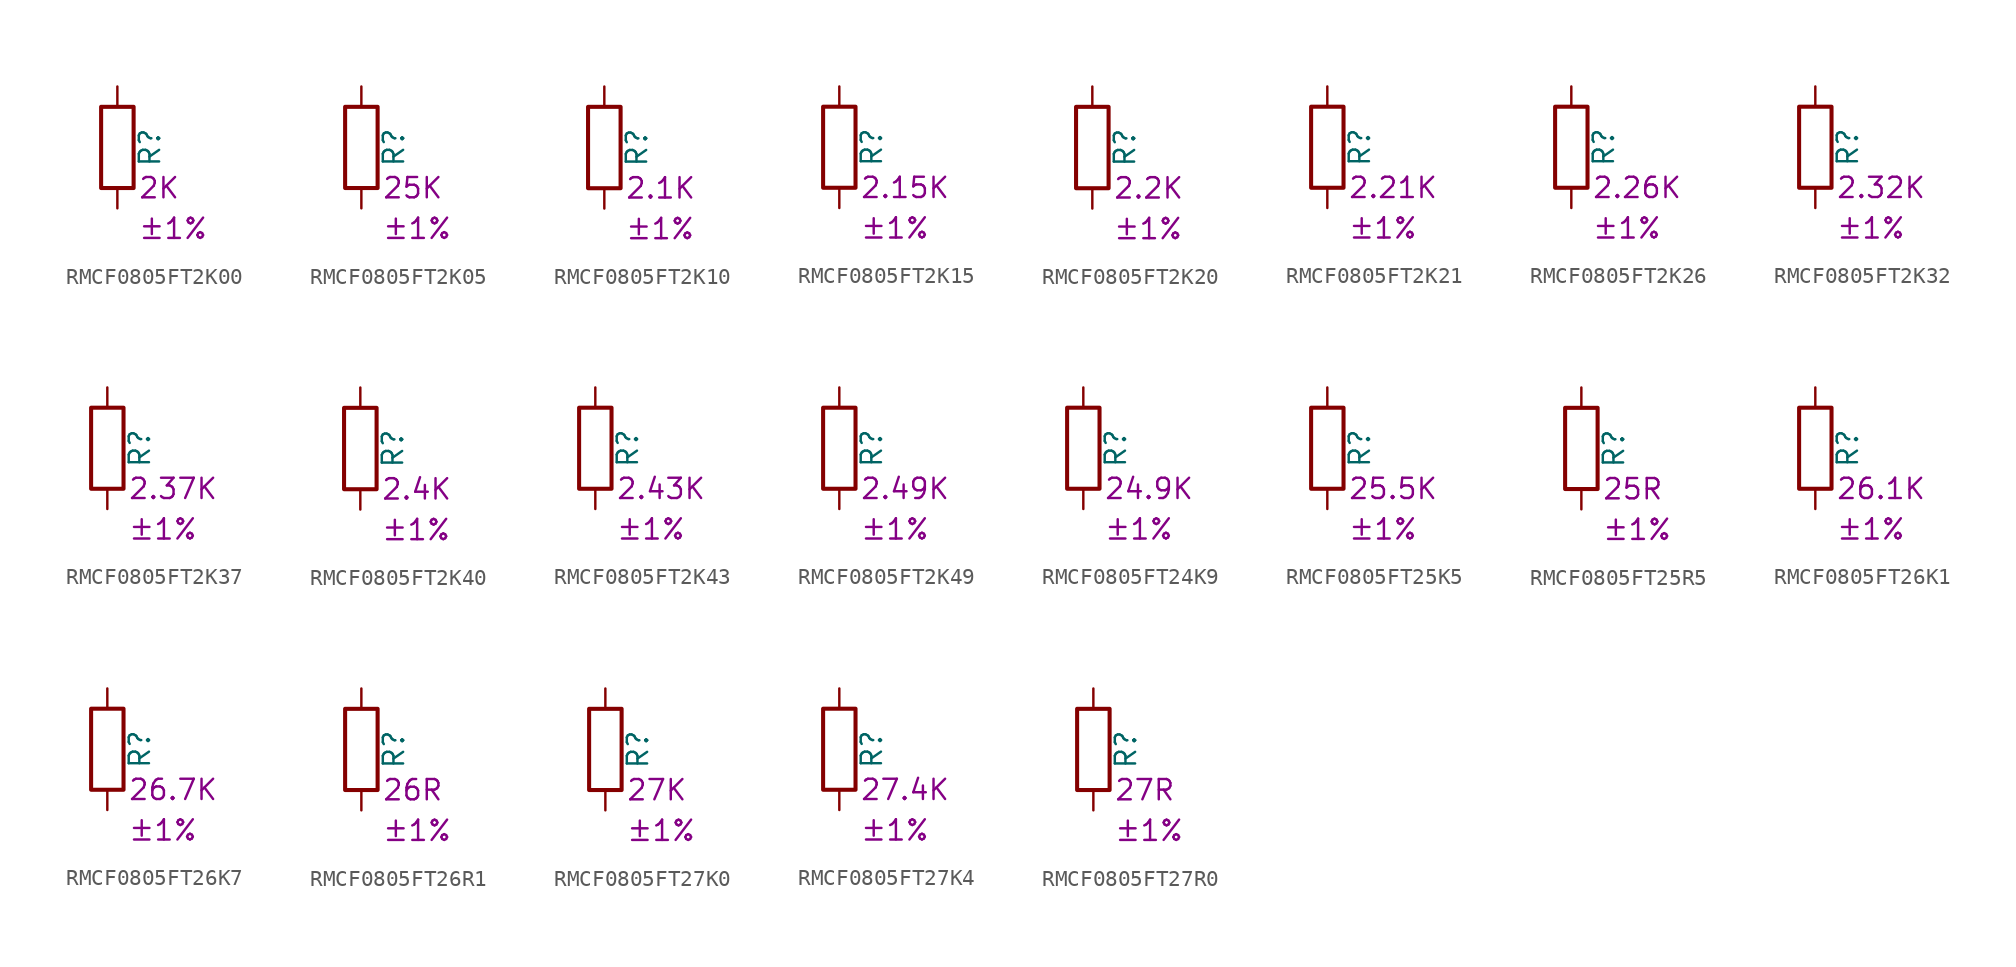
<source format=kicad_sym>
(kicad_symbol_lib
  (version 20220914)
  (generator kicad_symbol_editor)
  (symbol "RMCF0805FT2K00"
    (pin_numbers hide)
    (pin_names
      (offset 0))
    (property "Reference" "R"
      (at 2.032 0 90)
      (effects (font (size 1.27 1.27))))
    (property "Resistance" "2K"
      (at 1.27 -2.54 0)
      (effects (font (size 1.27 1.27)) (justify left)))
    (property "Tolerance" "±1%"
      (at 1.27 -5.08 0)
      (effects (font (size 1.27 1.27)) (justify left)))
    (symbol "RMCF0805FT2K00_0_1"
      (rectangle (start -1.016 -2.54) (end 1.016 2.54) (stroke (width 0.254) (type default)) (fill (type none))))
    (symbol "RMCF0805FT2K00_1_1"
      (pin passive line (at 0 3.81 270) (length 1.27) (name "~" (effects (font (size 1.27 1.27)))) (number "1" (effects (font (size 1.27 1.27)))))
      (pin passive line (at 0 -3.81 90) (length 1.27) (name "~" (effects (font (size 1.27 1.27)))) (number "2" (effects (font (size 1.27 1.27)))))))
  (symbol "RMCF0805FT2K05"
    (pin_numbers hide)
    (pin_names
      (offset 0))
    (property "Reference" "R"
      (at 2.032 0 90)
      (effects (font (size 1.27 1.27))))
    (property "Resistance" "25K"
      (at 1.27 -2.54 0)
      (effects (font (size 1.27 1.27)) (justify left)))
    (property "Tolerance" "±1%"
      (at 1.27 -5.08 0)
      (effects (font (size 1.27 1.27)) (justify left)))
    (symbol "RMCF0805FT2K05_0_1"
      (rectangle (start -1.016 -2.54) (end 1.016 2.54) (stroke (width 0.254) (type default)) (fill (type none))))
    (symbol "RMCF0805FT2K05_1_1"
      (pin passive line (at 0 3.81 270) (length 1.27) (name "~" (effects (font (size 1.27 1.27)))) (number "1" (effects (font (size 1.27 1.27)))))
      (pin passive line (at 0 -3.81 90) (length 1.27) (name "~" (effects (font (size 1.27 1.27)))) (number "2" (effects (font (size 1.27 1.27)))))))
  (symbol "RMCF0805FT2K10"
    (pin_numbers hide)
    (pin_names
      (offset 0))
    (property "Reference" "R"
      (at 2.032 0 90)
      (effects (font (size 1.27 1.27))))
    (property "Resistance" "2.1K"
      (at 1.27 -2.54 0)
      (effects (font (size 1.27 1.27)) (justify left)))
    (property "Tolerance" "±1%"
      (at 1.27 -5.08 0)
      (effects (font (size 1.27 1.27)) (justify left)))
    (symbol "RMCF0805FT2K10_0_1"
      (rectangle (start -1.016 -2.54) (end 1.016 2.54) (stroke (width 0.254) (type default)) (fill (type none))))
    (symbol "RMCF0805FT2K10_1_1"
      (pin passive line (at 0 3.81 270) (length 1.27) (name "~" (effects (font (size 1.27 1.27)))) (number "1" (effects (font (size 1.27 1.27)))))
      (pin passive line (at 0 -3.81 90) (length 1.27) (name "~" (effects (font (size 1.27 1.27)))) (number "2" (effects (font (size 1.27 1.27)))))))
  (symbol "RMCF0805FT2K15"
    (pin_numbers hide)
    (pin_names
      (offset 0))
    (property "Reference" "R"
      (at 2.032 0 90)
      (effects (font (size 1.27 1.27))))
    (property "Resistance" "2.15K"
      (at 1.27 -2.54 0)
      (effects (font (size 1.27 1.27)) (justify left)))
    (property "Tolerance" "±1%"
      (at 1.27 -5.08 0)
      (effects (font (size 1.27 1.27)) (justify left)))
    (symbol "RMCF0805FT2K15_0_1"
      (rectangle (start -1.016 -2.54) (end 1.016 2.54) (stroke (width 0.254) (type default)) (fill (type none))))
    (symbol "RMCF0805FT2K15_1_1"
      (pin passive line (at 0 3.81 270) (length 1.27) (name "~" (effects (font (size 1.27 1.27)))) (number "1" (effects (font (size 1.27 1.27)))))
      (pin passive line (at 0 -3.81 90) (length 1.27) (name "~" (effects (font (size 1.27 1.27)))) (number "2" (effects (font (size 1.27 1.27)))))))
  (symbol "RMCF0805FT2K20"
    (pin_numbers hide)
    (pin_names
      (offset 0))
    (property "Reference" "R"
      (at 2.032 0 90)
      (effects (font (size 1.27 1.27))))
    (property "Resistance" "2.2K"
      (at 1.27 -2.54 0)
      (effects (font (size 1.27 1.27)) (justify left)))
    (property "Tolerance" "±1%"
      (at 1.27 -5.08 0)
      (effects (font (size 1.27 1.27)) (justify left)))
    (symbol "RMCF0805FT2K20_0_1"
      (rectangle (start -1.016 -2.54) (end 1.016 2.54) (stroke (width 0.254) (type default)) (fill (type none))))
    (symbol "RMCF0805FT2K20_1_1"
      (pin passive line (at 0 3.81 270) (length 1.27) (name "~" (effects (font (size 1.27 1.27)))) (number "1" (effects (font (size 1.27 1.27)))))
      (pin passive line (at 0 -3.81 90) (length 1.27) (name "~" (effects (font (size 1.27 1.27)))) (number "2" (effects (font (size 1.27 1.27)))))))
  (symbol "RMCF0805FT2K21"
    (pin_numbers hide)
    (pin_names
      (offset 0))
    (property "Reference" "R"
      (at 2.032 0 90)
      (effects (font (size 1.27 1.27))))
    (property "Resistance" "2.21K"
      (at 1.27 -2.54 0)
      (effects (font (size 1.27 1.27)) (justify left)))
    (property "Tolerance" "±1%"
      (at 1.27 -5.08 0)
      (effects (font (size 1.27 1.27)) (justify left)))
    (symbol "RMCF0805FT2K21_0_1"
      (rectangle (start -1.016 -2.54) (end 1.016 2.54) (stroke (width 0.254) (type default)) (fill (type none))))
    (symbol "RMCF0805FT2K21_1_1"
      (pin passive line (at 0 3.81 270) (length 1.27) (name "~" (effects (font (size 1.27 1.27)))) (number "1" (effects (font (size 1.27 1.27)))))
      (pin passive line (at 0 -3.81 90) (length 1.27) (name "~" (effects (font (size 1.27 1.27)))) (number "2" (effects (font (size 1.27 1.27)))))))
  (symbol "RMCF0805FT2K26"
    (pin_numbers hide)
    (pin_names
      (offset 0))
    (property "Reference" "R"
      (at 2.032 0 90)
      (effects (font (size 1.27 1.27))))
    (property "Resistance" "2.26K"
      (at 1.27 -2.54 0)
      (effects (font (size 1.27 1.27)) (justify left)))
    (property "Tolerance" "±1%"
      (at 1.27 -5.08 0)
      (effects (font (size 1.27 1.27)) (justify left)))
    (symbol "RMCF0805FT2K26_0_1"
      (rectangle (start -1.016 -2.54) (end 1.016 2.54) (stroke (width 0.254) (type default)) (fill (type none))))
    (symbol "RMCF0805FT2K26_1_1"
      (pin passive line (at 0 3.81 270) (length 1.27) (name "~" (effects (font (size 1.27 1.27)))) (number "1" (effects (font (size 1.27 1.27)))))
      (pin passive line (at 0 -3.81 90) (length 1.27) (name "~" (effects (font (size 1.27 1.27)))) (number "2" (effects (font (size 1.27 1.27)))))))
  (symbol "RMCF0805FT2K32"
    (pin_numbers hide)
    (pin_names
      (offset 0))
    (property "Reference" "R"
      (at 2.032 0 90)
      (effects (font (size 1.27 1.27))))
    (property "Resistance" "2.32K"
      (at 1.27 -2.54 0)
      (effects (font (size 1.27 1.27)) (justify left)))
    (property "Tolerance" "±1%"
      (at 1.27 -5.08 0)
      (effects (font (size 1.27 1.27)) (justify left)))
    (symbol "RMCF0805FT2K32_0_1"
      (rectangle (start -1.016 -2.54) (end 1.016 2.54) (stroke (width 0.254) (type default)) (fill (type none))))
    (symbol "RMCF0805FT2K32_1_1"
      (pin passive line (at 0 3.81 270) (length 1.27) (name "~" (effects (font (size 1.27 1.27)))) (number "1" (effects (font (size 1.27 1.27)))))
      (pin passive line (at 0 -3.81 90) (length 1.27) (name "~" (effects (font (size 1.27 1.27)))) (number "2" (effects (font (size 1.27 1.27)))))))
  (symbol "RMCF0805FT2K37"
    (pin_numbers hide)
    (pin_names
      (offset 0))
    (property "Reference" "R"
      (at 2.032 0 90)
      (effects (font (size 1.27 1.27))))
    (property "Resistance" "2.37K"
      (at 1.27 -2.54 0)
      (effects (font (size 1.27 1.27)) (justify left)))
    (property "Tolerance" "±1%"
      (at 1.27 -5.08 0)
      (effects (font (size 1.27 1.27)) (justify left)))
    (symbol "RMCF0805FT2K37_0_1"
      (rectangle (start -1.016 -2.54) (end 1.016 2.54) (stroke (width 0.254) (type default)) (fill (type none))))
    (symbol "RMCF0805FT2K37_1_1"
      (pin passive line (at 0 3.81 270) (length 1.27) (name "~" (effects (font (size 1.27 1.27)))) (number "1" (effects (font (size 1.27 1.27)))))
      (pin passive line (at 0 -3.81 90) (length 1.27) (name "~" (effects (font (size 1.27 1.27)))) (number "2" (effects (font (size 1.27 1.27)))))))
  (symbol "RMCF0805FT2K40"
    (pin_numbers hide)
    (pin_names
      (offset 0))
    (property "Reference" "R"
      (at 2.032 0 90)
      (effects (font (size 1.27 1.27))))
    (property "Resistance" "2.4K"
      (at 1.27 -2.54 0)
      (effects (font (size 1.27 1.27)) (justify left)))
    (property "Tolerance" "±1%"
      (at 1.27 -5.08 0)
      (effects (font (size 1.27 1.27)) (justify left)))
    (symbol "RMCF0805FT2K40_0_1"
      (rectangle (start -1.016 -2.54) (end 1.016 2.54) (stroke (width 0.254) (type default)) (fill (type none))))
    (symbol "RMCF0805FT2K40_1_1"
      (pin passive line (at 0 3.81 270) (length 1.27) (name "~" (effects (font (size 1.27 1.27)))) (number "1" (effects (font (size 1.27 1.27)))))
      (pin passive line (at 0 -3.81 90) (length 1.27) (name "~" (effects (font (size 1.27 1.27)))) (number "2" (effects (font (size 1.27 1.27)))))))
  (symbol "RMCF0805FT2K43"
    (pin_numbers hide)
    (pin_names
      (offset 0))
    (property "Reference" "R"
      (at 2.032 0 90)
      (effects (font (size 1.27 1.27))))
    (property "Resistance" "2.43K"
      (at 1.27 -2.54 0)
      (effects (font (size 1.27 1.27)) (justify left)))
    (property "Tolerance" "±1%"
      (at 1.27 -5.08 0)
      (effects (font (size 1.27 1.27)) (justify left)))
    (symbol "RMCF0805FT2K43_0_1"
      (rectangle (start -1.016 -2.54) (end 1.016 2.54) (stroke (width 0.254) (type default)) (fill (type none))))
    (symbol "RMCF0805FT2K43_1_1"
      (pin passive line (at 0 3.81 270) (length 1.27) (name "~" (effects (font (size 1.27 1.27)))) (number "1" (effects (font (size 1.27 1.27)))))
      (pin passive line (at 0 -3.81 90) (length 1.27) (name "~" (effects (font (size 1.27 1.27)))) (number "2" (effects (font (size 1.27 1.27)))))))
  (symbol "RMCF0805FT2K49"
    (pin_numbers hide)
    (pin_names
      (offset 0))
    (property "Reference" "R"
      (at 2.032 0 90)
      (effects (font (size 1.27 1.27))))
    (property "Resistance" "2.49K"
      (at 1.27 -2.54 0)
      (effects (font (size 1.27 1.27)) (justify left)))
    (property "Tolerance" "±1%"
      (at 1.27 -5.08 0)
      (effects (font (size 1.27 1.27)) (justify left)))
    (symbol "RMCF0805FT2K49_0_1"
      (rectangle (start -1.016 -2.54) (end 1.016 2.54) (stroke (width 0.254) (type default)) (fill (type none))))
    (symbol "RMCF0805FT2K49_1_1"
      (pin passive line (at 0 3.81 270) (length 1.27) (name "~" (effects (font (size 1.27 1.27)))) (number "1" (effects (font (size 1.27 1.27)))))
      (pin passive line (at 0 -3.81 90) (length 1.27) (name "~" (effects (font (size 1.27 1.27)))) (number "2" (effects (font (size 1.27 1.27)))))))
  (symbol "RMCF0805FT24K9"
    (pin_numbers hide)
    (pin_names
      (offset 0))
    (property "Reference" "R"
      (at 2.032 0 90)
      (effects (font (size 1.27 1.27))))
    (property "Resistance" "24.9K"
      (at 1.27 -2.54 0)
      (effects (font (size 1.27 1.27)) (justify left)))
    (property "Tolerance" "±1%"
      (at 1.27 -5.08 0)
      (effects (font (size 1.27 1.27)) (justify left)))
    (symbol "RMCF0805FT24K9_0_1"
      (rectangle (start -1.016 -2.54) (end 1.016 2.54) (stroke (width 0.254) (type default)) (fill (type none))))
    (symbol "RMCF0805FT24K9_1_1"
      (pin passive line (at 0 3.81 270) (length 1.27) (name "~" (effects (font (size 1.27 1.27)))) (number "1" (effects (font (size 1.27 1.27)))))
      (pin passive line (at 0 -3.81 90) (length 1.27) (name "~" (effects (font (size 1.27 1.27)))) (number "2" (effects (font (size 1.27 1.27)))))))
  (symbol "RMCF0805FT25K5"
    (pin_numbers hide)
    (pin_names
      (offset 0))
    (property "Reference" "R"
      (at 2.032 0 90)
      (effects (font (size 1.27 1.27))))
    (property "Resistance" "25.5K"
      (at 1.27 -2.54 0)
      (effects (font (size 1.27 1.27)) (justify left)))
    (property "Tolerance" "±1%"
      (at 1.27 -5.08 0)
      (effects (font (size 1.27 1.27)) (justify left)))
    (symbol "RMCF0805FT25K5_0_1"
      (rectangle (start -1.016 -2.54) (end 1.016 2.54) (stroke (width 0.254) (type default)) (fill (type none))))
    (symbol "RMCF0805FT25K5_1_1"
      (pin passive line (at 0 3.81 270) (length 1.27) (name "~" (effects (font (size 1.27 1.27)))) (number "1" (effects (font (size 1.27 1.27)))))
      (pin passive line (at 0 -3.81 90) (length 1.27) (name "~" (effects (font (size 1.27 1.27)))) (number "2" (effects (font (size 1.27 1.27)))))))
  (symbol "RMCF0805FT25R5"
    (pin_numbers hide)
    (pin_names
      (offset 0))
    (property "Reference" "R"
      (at 2.032 0 90)
      (effects (font (size 1.27 1.27))))
    (property "Resistance" "25R"
      (at 1.27 -2.54 0)
      (effects (font (size 1.27 1.27)) (justify left)))
    (property "Tolerance" "±1%"
      (at 1.27 -5.08 0)
      (effects (font (size 1.27 1.27)) (justify left)))
    (symbol "RMCF0805FT25R5_0_1"
      (rectangle (start -1.016 -2.54) (end 1.016 2.54) (stroke (width 0.254) (type default)) (fill (type none))))
    (symbol "RMCF0805FT25R5_1_1"
      (pin passive line (at 0 3.81 270) (length 1.27) (name "~" (effects (font (size 1.27 1.27)))) (number "1" (effects (font (size 1.27 1.27)))))
      (pin passive line (at 0 -3.81 90) (length 1.27) (name "~" (effects (font (size 1.27 1.27)))) (number "2" (effects (font (size 1.27 1.27)))))))
  (symbol "RMCF0805FT26K1"
    (pin_numbers hide)
    (pin_names
      (offset 0))
    (property "Reference" "R"
      (at 2.032 0 90)
      (effects (font (size 1.27 1.27))))
    (property "Resistance" "26.1K"
      (at 1.27 -2.54 0)
      (effects (font (size 1.27 1.27)) (justify left)))
    (property "Tolerance" "±1%"
      (at 1.27 -5.08 0)
      (effects (font (size 1.27 1.27)) (justify left)))
    (symbol "RMCF0805FT26K1_0_1"
      (rectangle (start -1.016 -2.54) (end 1.016 2.54) (stroke (width 0.254) (type default)) (fill (type none))))
    (symbol "RMCF0805FT26K1_1_1"
      (pin passive line (at 0 3.81 270) (length 1.27) (name "~" (effects (font (size 1.27 1.27)))) (number "1" (effects (font (size 1.27 1.27)))))
      (pin passive line (at 0 -3.81 90) (length 1.27) (name "~" (effects (font (size 1.27 1.27)))) (number "2" (effects (font (size 1.27 1.27)))))))
  (symbol "RMCF0805FT26K7"
    (pin_numbers hide)
    (pin_names
      (offset 0))
    (property "Reference" "R"
      (at 2.032 0 90)
      (effects (font (size 1.27 1.27))))
    (property "Resistance" "26.7K"
      (at 1.27 -2.54 0)
      (effects (font (size 1.27 1.27)) (justify left)))
    (property "Tolerance" "±1%"
      (at 1.27 -5.08 0)
      (effects (font (size 1.27 1.27)) (justify left)))
    (symbol "RMCF0805FT26K7_0_1"
      (rectangle (start -1.016 -2.54) (end 1.016 2.54) (stroke (width 0.254) (type default)) (fill (type none))))
    (symbol "RMCF0805FT26K7_1_1"
      (pin passive line (at 0 3.81 270) (length 1.27) (name "~" (effects (font (size 1.27 1.27)))) (number "1" (effects (font (size 1.27 1.27)))))
      (pin passive line (at 0 -3.81 90) (length 1.27) (name "~" (effects (font (size 1.27 1.27)))) (number "2" (effects (font (size 1.27 1.27)))))))
  (symbol "RMCF0805FT26R1"
    (pin_numbers hide)
    (pin_names
      (offset 0))
    (property "Reference" "R"
      (at 2.032 0 90)
      (effects (font (size 1.27 1.27))))
    (property "Resistance" "26R"
      (at 1.27 -2.54 0)
      (effects (font (size 1.27 1.27)) (justify left)))
    (property "Tolerance" "±1%"
      (at 1.27 -5.08 0)
      (effects (font (size 1.27 1.27)) (justify left)))
    (symbol "RMCF0805FT26R1_0_1"
      (rectangle (start -1.016 -2.54) (end 1.016 2.54) (stroke (width 0.254) (type default)) (fill (type none))))
    (symbol "RMCF0805FT26R1_1_1"
      (pin passive line (at 0 3.81 270) (length 1.27) (name "~" (effects (font (size 1.27 1.27)))) (number "1" (effects (font (size 1.27 1.27)))))
      (pin passive line (at 0 -3.81 90) (length 1.27) (name "~" (effects (font (size 1.27 1.27)))) (number "2" (effects (font (size 1.27 1.27)))))))
  (symbol "RMCF0805FT27K0"
    (pin_numbers hide)
    (pin_names
      (offset 0))
    (property "Reference" "R"
      (at 2.032 0 90)
      (effects (font (size 1.27 1.27))))
    (property "Resistance" "27K"
      (at 1.27 -2.54 0)
      (effects (font (size 1.27 1.27)) (justify left)))
    (property "Tolerance" "±1%"
      (at 1.27 -5.08 0)
      (effects (font (size 1.27 1.27)) (justify left)))
    (symbol "RMCF0805FT27K0_0_1"
      (rectangle (start -1.016 -2.54) (end 1.016 2.54) (stroke (width 0.254) (type default)) (fill (type none))))
    (symbol "RMCF0805FT27K0_1_1"
      (pin passive line (at 0 3.81 270) (length 1.27) (name "~" (effects (font (size 1.27 1.27)))) (number "1" (effects (font (size 1.27 1.27)))))
      (pin passive line (at 0 -3.81 90) (length 1.27) (name "~" (effects (font (size 1.27 1.27)))) (number "2" (effects (font (size 1.27 1.27)))))))
  (symbol "RMCF0805FT27K4"
    (pin_numbers hide)
    (pin_names
      (offset 0))
    (property "Reference" "R"
      (at 2.032 0 90)
      (effects (font (size 1.27 1.27))))
    (property "Resistance" "27.4K"
      (at 1.27 -2.54 0)
      (effects (font (size 1.27 1.27)) (justify left)))
    (property "Tolerance" "±1%"
      (at 1.27 -5.08 0)
      (effects (font (size 1.27 1.27)) (justify left)))
    (symbol "RMCF0805FT27K4_0_1"
      (rectangle (start -1.016 -2.54) (end 1.016 2.54) (stroke (width 0.254) (type default)) (fill (type none))))
    (symbol "RMCF0805FT27K4_1_1"
      (pin passive line (at 0 3.81 270) (length 1.27) (name "~" (effects (font (size 1.27 1.27)))) (number "1" (effects (font (size 1.27 1.27)))))
      (pin passive line (at 0 -3.81 90) (length 1.27) (name "~" (effects (font (size 1.27 1.27)))) (number "2" (effects (font (size 1.27 1.27)))))))
  (symbol "RMCF0805FT27R0"
    (pin_numbers hide)
    (pin_names
      (offset 0))
    (property "Reference" "R"
      (at 2.032 0 90)
      (effects (font (size 1.27 1.27))))
    (property "Resistance" "27R"
      (at 1.27 -2.54 0)
      (effects (font (size 1.27 1.27)) (justify left)))
    (property "Tolerance" "±1%"
      (at 1.27 -5.08 0)
      (effects (font (size 1.27 1.27)) (justify left)))
    (symbol "RMCF0805FT27R0_0_1"
      (rectangle (start -1.016 -2.54) (end 1.016 2.54) (stroke (width 0.254) (type default)) (fill (type none))))
    (symbol "RMCF0805FT27R0_1_1"
      (pin passive line (at 0 3.81 270) (length 1.27) (name "~" (effects (font (size 1.27 1.27)))) (number "1" (effects (font (size 1.27 1.27)))))
      (pin passive line (at 0 -3.81 90) (length 1.27) (name "~" (effects (font (size 1.27 1.27)))) (number "2" (effects (font (size 1.27 1.27))))))))
</source>
